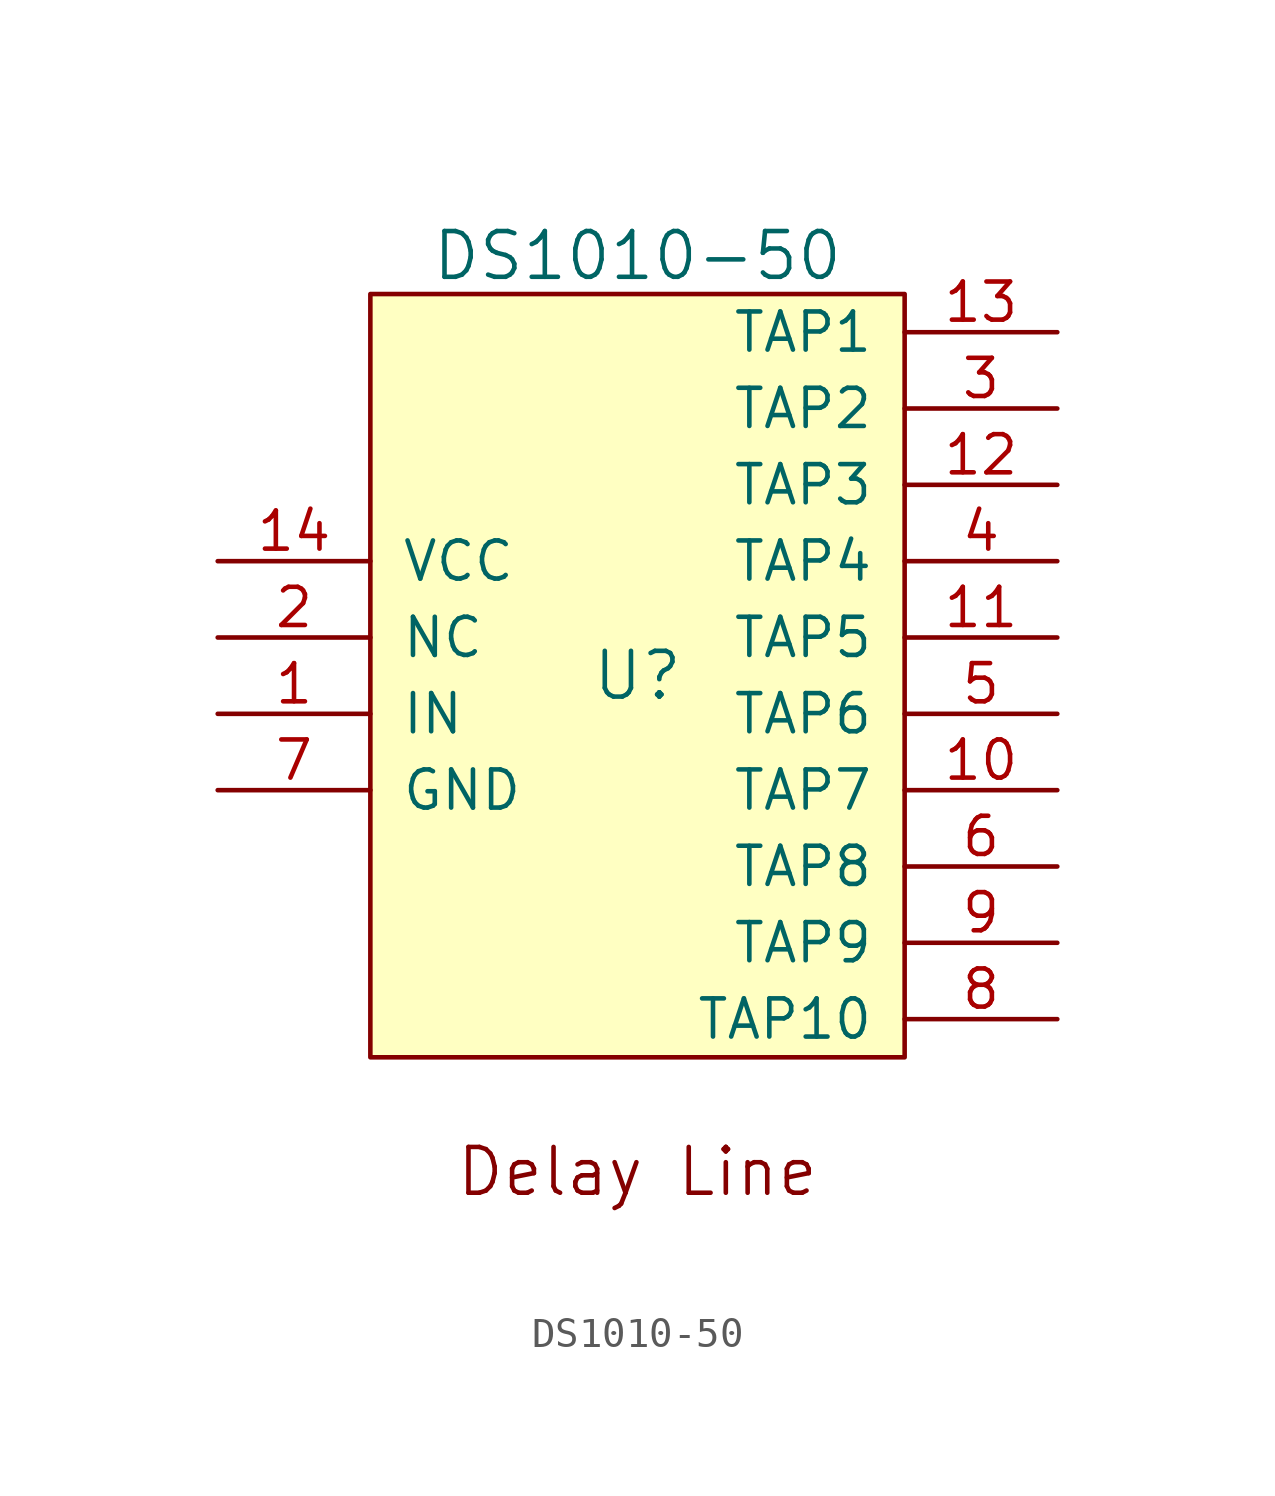
<source format=kicad_sym>
(kicad_symbol_lib
  (version 20211014)
  (generator kicad_symbol_editor)
  (symbol "DS1010-50"
    (pin_names
      (offset 1.016))
    (property "Reference" "U"
      (at 0 0 0)
      (effects (font (size 1.524 1.524))))
    (property "Value" "DS1010-50"
      (at 0 13.97 0)
      (effects (font (size 1.524 1.524))))
    (symbol "DS1010-50_0_0"
      (text "Delay Line" (at 0 -16.51 0) (effects (font (size 1.524 1.524)))))
    (symbol "DS1010-50_0_1"
      (rectangle (start 8.89 12.7) (end -8.89 -12.7) (stroke (width 0) (type default) (color 0 0 0 0)) (fill (type background))))
    (symbol "DS1010-50_1_1"
      (pin input line (at -13.97 -1.27 0) (length 5.08) (name "IN" (effects (font (size 1.27 1.27)))) (number "1" (effects (font (size 1.27 1.27)))))
      (pin output line (at 13.97 -3.81 180) (length 5.08) (name "TAP7" (effects (font (size 1.27 1.27)))) (number "10" (effects (font (size 1.27 1.27)))))
      (pin output line (at 13.97 1.27 180) (length 5.08) (name "TAP5" (effects (font (size 1.27 1.27)))) (number "11" (effects (font (size 1.27 1.27)))))
      (pin output line (at 13.97 6.35 180) (length 5.08) (name "TAP3" (effects (font (size 1.27 1.27)))) (number "12" (effects (font (size 1.27 1.27)))))
      (pin output line (at 13.97 11.43 180) (length 5.08) (name "TAP1" (effects (font (size 1.27 1.27)))) (number "13" (effects (font (size 1.27 1.27)))))
      (pin input line (at -13.97 3.81 0) (length 5.08) (name "VCC" (effects (font (size 1.27 1.27)))) (number "14" (effects (font (size 1.27 1.27)))))
      (pin input line (at -13.97 1.27 0) (length 5.08) (name "NC" (effects (font (size 1.27 1.27)))) (number "2" (effects (font (size 1.27 1.27)))))
      (pin output line (at 13.97 8.89 180) (length 5.08) (name "TAP2" (effects (font (size 1.27 1.27)))) (number "3" (effects (font (size 1.27 1.27)))))
      (pin output line (at 13.97 3.81 180) (length 5.08) (name "TAP4" (effects (font (size 1.27 1.27)))) (number "4" (effects (font (size 1.27 1.27)))))
      (pin output line (at 13.97 -1.27 180) (length 5.08) (name "TAP6" (effects (font (size 1.27 1.27)))) (number "5" (effects (font (size 1.27 1.27)))))
      (pin output line (at 13.97 -6.35 180) (length 5.08) (name "TAP8" (effects (font (size 1.27 1.27)))) (number "6" (effects (font (size 1.27 1.27)))))
      (pin input line (at -13.97 -3.81 0) (length 5.08) (name "GND" (effects (font (size 1.27 1.27)))) (number "7" (effects (font (size 1.27 1.27)))))
      (pin output line (at 13.97 -11.43 180) (length 5.08) (name "TAP10" (effects (font (size 1.27 1.27)))) (number "8" (effects (font (size 1.27 1.27)))))
      (pin output line (at 13.97 -8.89 180) (length 5.08) (name "TAP9" (effects (font (size 1.27 1.27)))) (number "9" (effects (font (size 1.27 1.27))))))))
</source>
